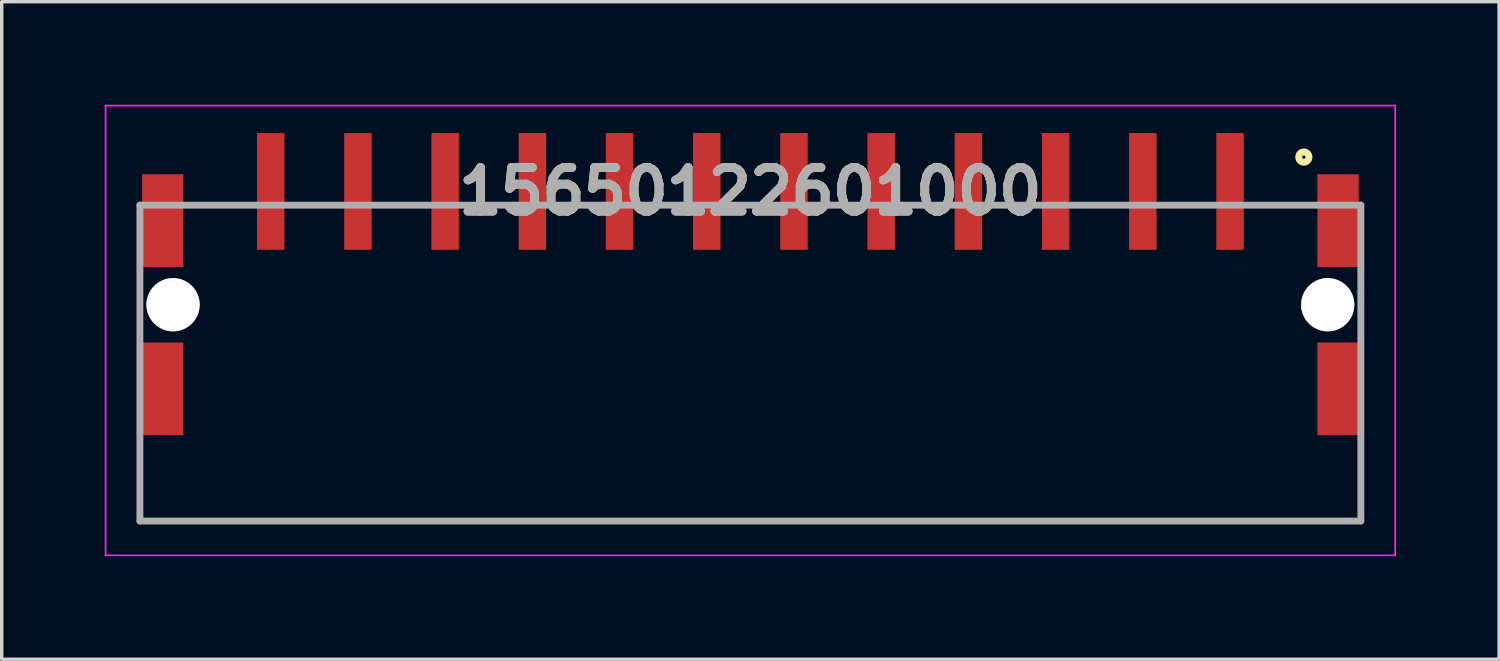
<source format=kicad_pcb>
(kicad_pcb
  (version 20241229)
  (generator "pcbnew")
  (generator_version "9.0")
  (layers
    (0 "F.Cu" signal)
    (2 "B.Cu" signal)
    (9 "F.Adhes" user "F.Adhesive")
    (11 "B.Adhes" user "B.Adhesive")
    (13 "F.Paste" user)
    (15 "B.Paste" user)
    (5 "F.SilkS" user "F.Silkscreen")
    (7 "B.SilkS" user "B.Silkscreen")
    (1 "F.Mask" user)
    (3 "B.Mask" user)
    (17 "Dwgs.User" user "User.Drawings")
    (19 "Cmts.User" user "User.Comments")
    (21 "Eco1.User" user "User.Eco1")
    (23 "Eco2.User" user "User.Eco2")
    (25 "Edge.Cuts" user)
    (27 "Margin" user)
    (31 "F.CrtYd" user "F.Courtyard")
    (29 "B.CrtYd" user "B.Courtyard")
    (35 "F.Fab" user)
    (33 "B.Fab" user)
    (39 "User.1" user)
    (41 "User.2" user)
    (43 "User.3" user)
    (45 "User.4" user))
  (footprint "15650122601000"
    (layer "F.Cu")
    (at 18.805 2.525)
    (property "Reference" "15650122601000" (at 0 0 0) (layer "F.SilkS") (effects (font (size 1.27 1.27) (thickness 0.254))))
    (attr through_hole)
    (fp_line (start 17.78 9.6) (end -17.78 9.6) (stroke (width 0.1) (type solid)) (layer "F.SilkS"))
    (fp_circle (center 16.12 -1) (end 16.12 -0.95) (stroke (width 0.2) (type solid)) (fill no) (layer "F.SilkS"))
    (fp_line (start -18.78 -2.5) (end 18.78 -2.5) (stroke (width 0.05) (type solid)) (layer "F.CrtYd"))
    (fp_line (start -18.78 10.6) (end -18.78 -2.5) (stroke (width 0.05) (type solid)) (layer "F.CrtYd"))
    (fp_line (start 18.78 -2.5) (end 18.78 10.6) (stroke (width 0.05) (type solid)) (layer "F.CrtYd"))
    (fp_line (start 18.78 10.6) (end -18.78 10.6) (stroke (width 0.05) (type solid)) (layer "F.CrtYd"))
    (fp_line (start -17.78 0.4) (end 17.78 0.4) (stroke (width 0.2) (type solid)) (layer "F.Fab"))
    (fp_line (start -17.78 9.6) (end -17.78 0.4) (stroke (width 0.2) (type solid)) (layer "F.Fab"))
    (fp_line (start 17.78 0.4) (end 17.78 9.6) (stroke (width 0.2) (type solid)) (layer "F.Fab"))
    (fp_line (start 17.78 9.6) (end -17.78 9.6) (stroke (width 0.2) (type solid)) (layer "F.Fab"))
    (fp_text user "${REFERENCE}" (at 0 0 0) (layer "F.Fab") (effects (font (size 1.27 1.27) (thickness 0.254))))
    (pad "1" smd rect (at 13.97 0) (size 0.8 3.4) (layers "F.Cu" "F.Mask" "F.Paste"))
    (pad "2" smd rect (at 11.43 0) (size 0.8 3.4) (layers "F.Cu" "F.Mask" "F.Paste"))
    (pad "3" smd rect (at 8.89 0) (size 0.8 3.4) (layers "F.Cu" "F.Mask" "F.Paste"))
    (pad "4" smd rect (at 6.35 0) (size 0.8 3.4) (layers "F.Cu" "F.Mask" "F.Paste"))
    (pad "5" smd rect (at 3.81 0) (size 0.8 3.4) (layers "F.Cu" "F.Mask" "F.Paste"))
    (pad "6" smd rect (at 1.27 0) (size 0.8 3.4) (layers "F.Cu" "F.Mask" "F.Paste"))
    (pad "7" smd rect (at -1.27 0) (size 0.8 3.4) (layers "F.Cu" "F.Mask" "F.Paste"))
    (pad "8" smd rect (at -3.81 0) (size 0.8 3.4) (layers "F.Cu" "F.Mask" "F.Paste"))
    (pad "9" smd rect (at -6.35 0) (size 0.8 3.4) (layers "F.Cu" "F.Mask" "F.Paste"))
    (pad "10" smd rect (at -8.89 0) (size 0.8 3.4) (layers "F.Cu" "F.Mask" "F.Paste"))
    (pad "11" smd rect (at -11.43 0) (size 0.8 3.4) (layers "F.Cu" "F.Mask" "F.Paste"))
    (pad "12" smd rect (at -13.97 0) (size 0.8 3.4) (layers "F.Cu" "F.Mask" "F.Paste"))
    (pad "13" smd rect (at 17.115 0.85) (size 1.2 2.7) (layers "F.Cu" "F.Mask" "F.Paste"))
    (pad "14" smd rect (at -17.115 0.85) (size 1.2 2.7) (layers "F.Cu" "F.Mask" "F.Paste"))
    (pad "15" smd rect (at 17.115 5.75) (size 1.2 2.7) (layers "F.Cu" "F.Mask" "F.Paste"))
    (pad "16" smd rect (at -17.115 5.75) (size 1.2 2.7) (layers "F.Cu" "F.Mask" "F.Paste"))
    (pad "17" thru_hole circle (at 16.815 3.3) (size 1.55 1.55) (drill 1.55) (layers "*.Cu" "*.Mask"))
    (pad "18" thru_hole circle (at -16.815 3.3) (size 1.55 1.55) (drill 1.55) (layers "*.Cu" "*.Mask")))
  (gr_rect
    (start -3 -3)
    (end 40.61 16.15)
    (stroke (width 0.1) (type default))
    (fill no)
    (layer "Edge.Cuts")))
</source>
